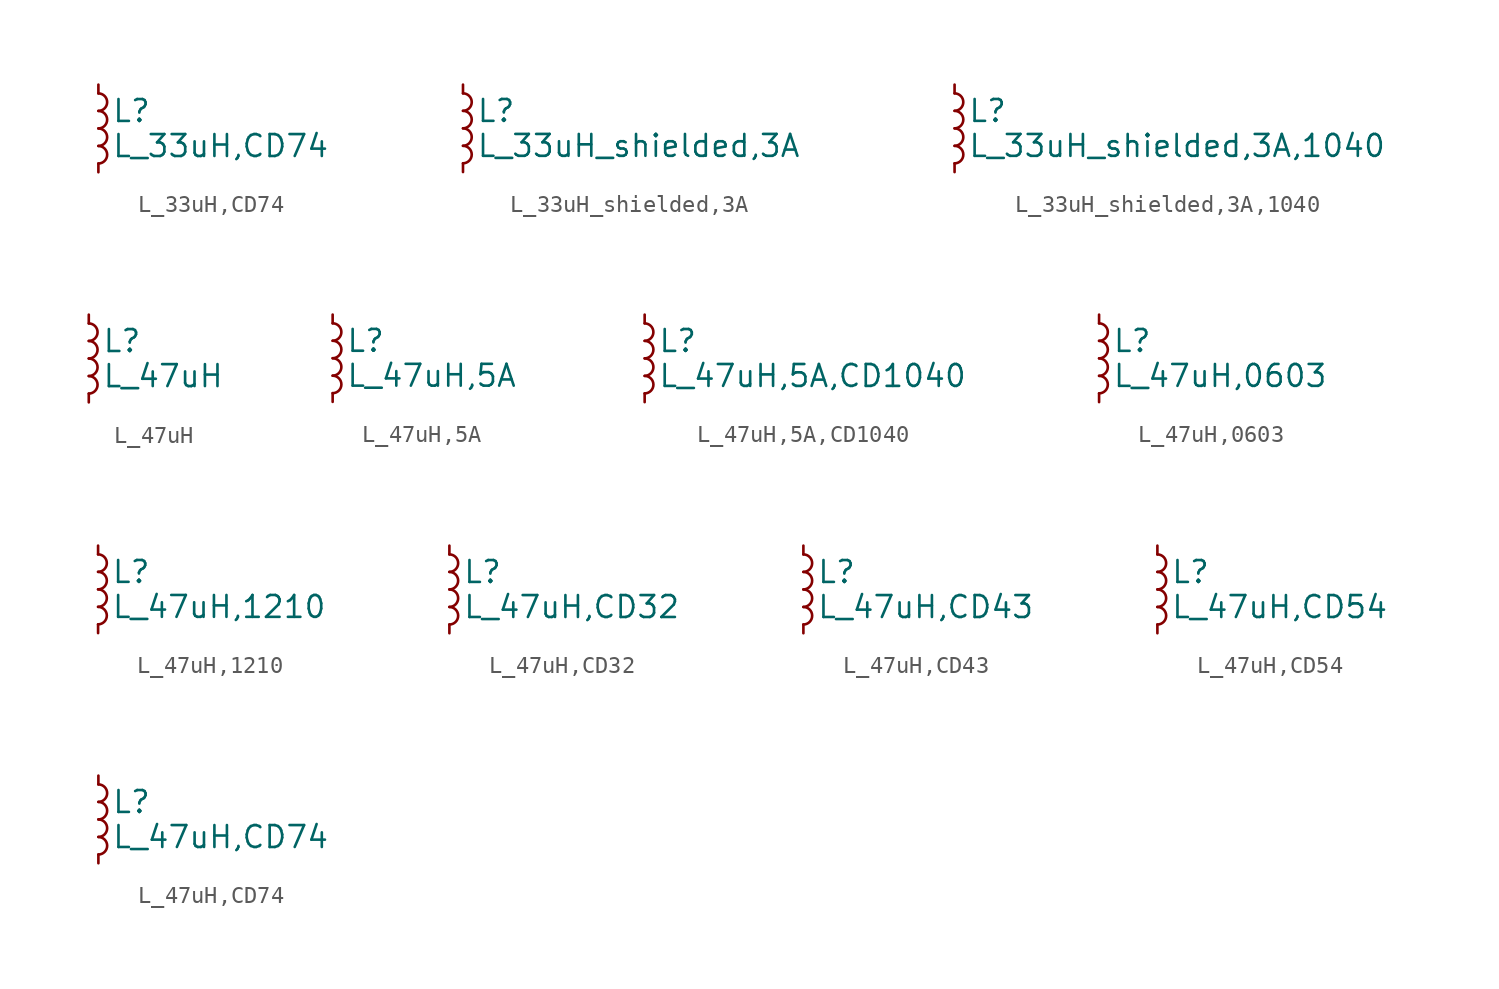
<source format=kicad_sym>
(kicad_symbol_lib
  (version 20211014)
  (generator kicad_symbol_editor)
  (symbol "L_33uH,CD74"
    (pin_numbers hide)
    (pin_names
      (offset 0.254) hide)
    (property "Reference" "L"
      (at 0.762 1.016 0)
      (effects (font (size 1.27 1.27)) (justify left)))
    (property "Value" "L_33uH,CD74"
      (at 0.762 -1.016 0)
      (effects (font (size 1.27 1.27)) (justify left)))
    (symbol "L_33uH,CD74_0_1"
      (arc (start 0 -2.032) (mid 0.508 -1.524) (end 0 -1.016) (stroke (width 0) (type default) (color 0 0 0 0)) (fill (type none)))
      (arc (start 0 -1.016) (mid 0.508 -0.508) (end 0 0) (stroke (width 0) (type default) (color 0 0 0 0)) (fill (type none)))
      (arc (start 0 0) (mid 0.508 0.508) (end 0 1.016) (stroke (width 0) (type default) (color 0 0 0 0)) (fill (type none)))
      (arc (start 0 1.016) (mid 0.508 1.524) (end 0 2.032) (stroke (width 0) (type default) (color 0 0 0 0)) (fill (type none))))
    (symbol "L_33uH,CD74_1_1"
      (pin passive line (at 0 2.54 270) (length 0.508) (name "~" (effects (font (size 1.27 1.27)))) (number "1" (effects (font (size 1.27 1.27)))))
      (pin passive line (at 0 -2.54 90) (length 0.508) (name "~" (effects (font (size 1.27 1.27)))) (number "2" (effects (font (size 1.27 1.27)))))))
  (symbol "L_33uH_shielded,3A"
    (pin_numbers hide)
    (pin_names
      (offset 0.254) hide)
    (property "Reference" "L"
      (at 0.762 1.016 0)
      (effects (font (size 1.27 1.27)) (justify left)))
    (property "Value" "L_33uH_shielded,3A"
      (at 0.762 -1.016 0)
      (effects (font (size 1.27 1.27)) (justify left)))
    (symbol "L_33uH_shielded,3A_0_1"
      (arc (start 0 -2.032) (mid 0.508 -1.524) (end 0 -1.016) (stroke (width 0) (type default) (color 0 0 0 0)) (fill (type none)))
      (arc (start 0 -1.016) (mid 0.508 -0.508) (end 0 0) (stroke (width 0) (type default) (color 0 0 0 0)) (fill (type none)))
      (arc (start 0 0) (mid 0.508 0.508) (end 0 1.016) (stroke (width 0) (type default) (color 0 0 0 0)) (fill (type none)))
      (arc (start 0 1.016) (mid 0.508 1.524) (end 0 2.032) (stroke (width 0) (type default) (color 0 0 0 0)) (fill (type none))))
    (symbol "L_33uH_shielded,3A_1_1"
      (pin passive line (at 0 2.54 270) (length 0.508) (name "~" (effects (font (size 1.27 1.27)))) (number "1" (effects (font (size 1.27 1.27)))))
      (pin passive line (at 0 -2.54 90) (length 0.508) (name "~" (effects (font (size 1.27 1.27)))) (number "2" (effects (font (size 1.27 1.27)))))))
  (symbol "L_33uH_shielded,3A,1040"
    (pin_numbers hide)
    (pin_names
      (offset 0.254) hide)
    (property "Reference" "L"
      (at 0.762 1.016 0)
      (effects (font (size 1.27 1.27)) (justify left)))
    (property "Value" "L_33uH_shielded,3A,1040"
      (at 0.762 -1.016 0)
      (effects (font (size 1.27 1.27)) (justify left)))
    (symbol "L_33uH_shielded,3A,1040_0_1"
      (arc (start 0 -2.032) (mid 0.508 -1.524) (end 0 -1.016) (stroke (width 0) (type default) (color 0 0 0 0)) (fill (type none)))
      (arc (start 0 -1.016) (mid 0.508 -0.508) (end 0 0) (stroke (width 0) (type default) (color 0 0 0 0)) (fill (type none)))
      (arc (start 0 0) (mid 0.508 0.508) (end 0 1.016) (stroke (width 0) (type default) (color 0 0 0 0)) (fill (type none)))
      (arc (start 0 1.016) (mid 0.508 1.524) (end 0 2.032) (stroke (width 0) (type default) (color 0 0 0 0)) (fill (type none))))
    (symbol "L_33uH_shielded,3A,1040_1_1"
      (pin passive line (at 0 2.54 270) (length 0.508) (name "~" (effects (font (size 1.27 1.27)))) (number "1" (effects (font (size 1.27 1.27)))))
      (pin passive line (at 0 -2.54 90) (length 0.508) (name "~" (effects (font (size 1.27 1.27)))) (number "2" (effects (font (size 1.27 1.27)))))))
  (symbol "L_47uH"
    (pin_numbers hide)
    (pin_names
      (offset 0.254) hide)
    (property "Reference" "L"
      (at 0.762 1.016 0)
      (effects (font (size 1.27 1.27)) (justify left)))
    (property "Value" "L_47uH"
      (at 0.762 -1.016 0)
      (effects (font (size 1.27 1.27)) (justify left)))
    (symbol "L_47uH_0_1"
      (arc (start 0 -2.032) (mid 0.508 -1.524) (end 0 -1.016) (stroke (width 0) (type default) (color 0 0 0 0)) (fill (type none)))
      (arc (start 0 -1.016) (mid 0.508 -0.508) (end 0 0) (stroke (width 0) (type default) (color 0 0 0 0)) (fill (type none)))
      (arc (start 0 0) (mid 0.508 0.508) (end 0 1.016) (stroke (width 0) (type default) (color 0 0 0 0)) (fill (type none)))
      (arc (start 0 1.016) (mid 0.508 1.524) (end 0 2.032) (stroke (width 0) (type default) (color 0 0 0 0)) (fill (type none))))
    (symbol "L_47uH_1_1"
      (pin passive line (at 0 2.54 270) (length 0.508) (name "~" (effects (font (size 1.27 1.27)))) (number "1" (effects (font (size 1.27 1.27)))))
      (pin passive line (at 0 -2.54 90) (length 0.508) (name "~" (effects (font (size 1.27 1.27)))) (number "2" (effects (font (size 1.27 1.27)))))))
  (symbol "L_47uH,5A"
    (pin_numbers hide)
    (pin_names
      (offset 0.254) hide)
    (property "Reference" "L"
      (at 0.762 1.016 0)
      (effects (font (size 1.27 1.27)) (justify left)))
    (property "Value" "L_47uH,5A"
      (at 0.762 -1.016 0)
      (effects (font (size 1.27 1.27)) (justify left)))
    (symbol "L_47uH,5A_0_1"
      (arc (start 0 -2.032) (mid 0.508 -1.524) (end 0 -1.016) (stroke (width 0) (type default) (color 0 0 0 0)) (fill (type none)))
      (arc (start 0 -1.016) (mid 0.508 -0.508) (end 0 0) (stroke (width 0) (type default) (color 0 0 0 0)) (fill (type none)))
      (arc (start 0 0) (mid 0.508 0.508) (end 0 1.016) (stroke (width 0) (type default) (color 0 0 0 0)) (fill (type none)))
      (arc (start 0 1.016) (mid 0.508 1.524) (end 0 2.032) (stroke (width 0) (type default) (color 0 0 0 0)) (fill (type none))))
    (symbol "L_47uH,5A_1_1"
      (pin passive line (at 0 2.54 270) (length 0.508) (name "~" (effects (font (size 1.27 1.27)))) (number "1" (effects (font (size 1.27 1.27)))))
      (pin passive line (at 0 -2.54 90) (length 0.508) (name "~" (effects (font (size 1.27 1.27)))) (number "2" (effects (font (size 1.27 1.27)))))))
  (symbol "L_47uH,5A,CD1040"
    (pin_numbers hide)
    (pin_names
      (offset 0.254) hide)
    (property "Reference" "L"
      (at 0.762 1.016 0)
      (effects (font (size 1.27 1.27)) (justify left)))
    (property "Value" "L_47uH,5A,CD1040"
      (at 0.762 -1.016 0)
      (effects (font (size 1.27 1.27)) (justify left)))
    (symbol "L_47uH,5A,CD1040_0_1"
      (arc (start 0 -2.032) (mid 0.508 -1.524) (end 0 -1.016) (stroke (width 0) (type default) (color 0 0 0 0)) (fill (type none)))
      (arc (start 0 -1.016) (mid 0.508 -0.508) (end 0 0) (stroke (width 0) (type default) (color 0 0 0 0)) (fill (type none)))
      (arc (start 0 0) (mid 0.508 0.508) (end 0 1.016) (stroke (width 0) (type default) (color 0 0 0 0)) (fill (type none)))
      (arc (start 0 1.016) (mid 0.508 1.524) (end 0 2.032) (stroke (width 0) (type default) (color 0 0 0 0)) (fill (type none))))
    (symbol "L_47uH,5A,CD1040_1_1"
      (pin passive line (at 0 2.54 270) (length 0.508) (name "~" (effects (font (size 1.27 1.27)))) (number "1" (effects (font (size 1.27 1.27)))))
      (pin passive line (at 0 -2.54 90) (length 0.508) (name "~" (effects (font (size 1.27 1.27)))) (number "2" (effects (font (size 1.27 1.27)))))))
  (symbol "L_47uH,0603"
    (pin_numbers hide)
    (pin_names
      (offset 0.254) hide)
    (property "Reference" "L"
      (at 0.762 1.016 0)
      (effects (font (size 1.27 1.27)) (justify left)))
    (property "Value" "L_47uH,0603"
      (at 0.762 -1.016 0)
      (effects (font (size 1.27 1.27)) (justify left)))
    (symbol "L_47uH,0603_0_1"
      (arc (start 0 -2.032) (mid 0.508 -1.524) (end 0 -1.016) (stroke (width 0) (type default) (color 0 0 0 0)) (fill (type none)))
      (arc (start 0 -1.016) (mid 0.508 -0.508) (end 0 0) (stroke (width 0) (type default) (color 0 0 0 0)) (fill (type none)))
      (arc (start 0 0) (mid 0.508 0.508) (end 0 1.016) (stroke (width 0) (type default) (color 0 0 0 0)) (fill (type none)))
      (arc (start 0 1.016) (mid 0.508 1.524) (end 0 2.032) (stroke (width 0) (type default) (color 0 0 0 0)) (fill (type none))))
    (symbol "L_47uH,0603_1_1"
      (pin passive line (at 0 2.54 270) (length 0.508) (name "~" (effects (font (size 1.27 1.27)))) (number "1" (effects (font (size 1.27 1.27)))))
      (pin passive line (at 0 -2.54 90) (length 0.508) (name "~" (effects (font (size 1.27 1.27)))) (number "2" (effects (font (size 1.27 1.27)))))))
  (symbol "L_47uH,1210"
    (pin_numbers hide)
    (pin_names
      (offset 0.254) hide)
    (property "Reference" "L"
      (at 0.762 1.016 0)
      (effects (font (size 1.27 1.27)) (justify left)))
    (property "Value" "L_47uH,1210"
      (at 0.762 -1.016 0)
      (effects (font (size 1.27 1.27)) (justify left)))
    (symbol "L_47uH,1210_0_1"
      (arc (start 0 -2.032) (mid 0.508 -1.524) (end 0 -1.016) (stroke (width 0) (type default) (color 0 0 0 0)) (fill (type none)))
      (arc (start 0 -1.016) (mid 0.508 -0.508) (end 0 0) (stroke (width 0) (type default) (color 0 0 0 0)) (fill (type none)))
      (arc (start 0 0) (mid 0.508 0.508) (end 0 1.016) (stroke (width 0) (type default) (color 0 0 0 0)) (fill (type none)))
      (arc (start 0 1.016) (mid 0.508 1.524) (end 0 2.032) (stroke (width 0) (type default) (color 0 0 0 0)) (fill (type none))))
    (symbol "L_47uH,1210_1_1"
      (pin passive line (at 0 2.54 270) (length 0.508) (name "~" (effects (font (size 1.27 1.27)))) (number "1" (effects (font (size 1.27 1.27)))))
      (pin passive line (at 0 -2.54 90) (length 0.508) (name "~" (effects (font (size 1.27 1.27)))) (number "2" (effects (font (size 1.27 1.27)))))))
  (symbol "L_47uH,CD32"
    (pin_numbers hide)
    (pin_names
      (offset 0.254) hide)
    (property "Reference" "L"
      (at 0.762 1.016 0)
      (effects (font (size 1.27 1.27)) (justify left)))
    (property "Value" "L_47uH,CD32"
      (at 0.762 -1.016 0)
      (effects (font (size 1.27 1.27)) (justify left)))
    (symbol "L_47uH,CD32_0_1"
      (arc (start 0 -2.032) (mid 0.508 -1.524) (end 0 -1.016) (stroke (width 0) (type default) (color 0 0 0 0)) (fill (type none)))
      (arc (start 0 -1.016) (mid 0.508 -0.508) (end 0 0) (stroke (width 0) (type default) (color 0 0 0 0)) (fill (type none)))
      (arc (start 0 0) (mid 0.508 0.508) (end 0 1.016) (stroke (width 0) (type default) (color 0 0 0 0)) (fill (type none)))
      (arc (start 0 1.016) (mid 0.508 1.524) (end 0 2.032) (stroke (width 0) (type default) (color 0 0 0 0)) (fill (type none))))
    (symbol "L_47uH,CD32_1_1"
      (pin passive line (at 0 2.54 270) (length 0.508) (name "~" (effects (font (size 1.27 1.27)))) (number "1" (effects (font (size 1.27 1.27)))))
      (pin passive line (at 0 -2.54 90) (length 0.508) (name "~" (effects (font (size 1.27 1.27)))) (number "2" (effects (font (size 1.27 1.27)))))))
  (symbol "L_47uH,CD43"
    (pin_numbers hide)
    (pin_names
      (offset 0.254) hide)
    (property "Reference" "L"
      (at 0.762 1.016 0)
      (effects (font (size 1.27 1.27)) (justify left)))
    (property "Value" "L_47uH,CD43"
      (at 0.762 -1.016 0)
      (effects (font (size 1.27 1.27)) (justify left)))
    (symbol "L_47uH,CD43_0_1"
      (arc (start 0 -2.032) (mid 0.508 -1.524) (end 0 -1.016) (stroke (width 0) (type default) (color 0 0 0 0)) (fill (type none)))
      (arc (start 0 -1.016) (mid 0.508 -0.508) (end 0 0) (stroke (width 0) (type default) (color 0 0 0 0)) (fill (type none)))
      (arc (start 0 0) (mid 0.508 0.508) (end 0 1.016) (stroke (width 0) (type default) (color 0 0 0 0)) (fill (type none)))
      (arc (start 0 1.016) (mid 0.508 1.524) (end 0 2.032) (stroke (width 0) (type default) (color 0 0 0 0)) (fill (type none))))
    (symbol "L_47uH,CD43_1_1"
      (pin passive line (at 0 2.54 270) (length 0.508) (name "~" (effects (font (size 1.27 1.27)))) (number "1" (effects (font (size 1.27 1.27)))))
      (pin passive line (at 0 -2.54 90) (length 0.508) (name "~" (effects (font (size 1.27 1.27)))) (number "2" (effects (font (size 1.27 1.27)))))))
  (symbol "L_47uH,CD54"
    (pin_numbers hide)
    (pin_names
      (offset 0.254) hide)
    (property "Reference" "L"
      (at 0.762 1.016 0)
      (effects (font (size 1.27 1.27)) (justify left)))
    (property "Value" "L_47uH,CD54"
      (at 0.762 -1.016 0)
      (effects (font (size 1.27 1.27)) (justify left)))
    (symbol "L_47uH,CD54_0_1"
      (arc (start 0 -2.032) (mid 0.508 -1.524) (end 0 -1.016) (stroke (width 0) (type default) (color 0 0 0 0)) (fill (type none)))
      (arc (start 0 -1.016) (mid 0.508 -0.508) (end 0 0) (stroke (width 0) (type default) (color 0 0 0 0)) (fill (type none)))
      (arc (start 0 0) (mid 0.508 0.508) (end 0 1.016) (stroke (width 0) (type default) (color 0 0 0 0)) (fill (type none)))
      (arc (start 0 1.016) (mid 0.508 1.524) (end 0 2.032) (stroke (width 0) (type default) (color 0 0 0 0)) (fill (type none))))
    (symbol "L_47uH,CD54_1_1"
      (pin passive line (at 0 2.54 270) (length 0.508) (name "~" (effects (font (size 1.27 1.27)))) (number "1" (effects (font (size 1.27 1.27)))))
      (pin passive line (at 0 -2.54 90) (length 0.508) (name "~" (effects (font (size 1.27 1.27)))) (number "2" (effects (font (size 1.27 1.27)))))))
  (symbol "L_47uH,CD74"
    (pin_numbers hide)
    (pin_names
      (offset 0.254) hide)
    (property "Reference" "L"
      (at 0.762 1.016 0)
      (effects (font (size 1.27 1.27)) (justify left)))
    (property "Value" "L_47uH,CD74"
      (at 0.762 -1.016 0)
      (effects (font (size 1.27 1.27)) (justify left)))
    (symbol "L_47uH,CD74_0_1"
      (arc (start 0 -2.032) (mid 0.508 -1.524) (end 0 -1.016) (stroke (width 0) (type default) (color 0 0 0 0)) (fill (type none)))
      (arc (start 0 -1.016) (mid 0.508 -0.508) (end 0 0) (stroke (width 0) (type default) (color 0 0 0 0)) (fill (type none)))
      (arc (start 0 0) (mid 0.508 0.508) (end 0 1.016) (stroke (width 0) (type default) (color 0 0 0 0)) (fill (type none)))
      (arc (start 0 1.016) (mid 0.508 1.524) (end 0 2.032) (stroke (width 0) (type default) (color 0 0 0 0)) (fill (type none))))
    (symbol "L_47uH,CD74_1_1"
      (pin passive line (at 0 2.54 270) (length 0.508) (name "~" (effects (font (size 1.27 1.27)))) (number "1" (effects (font (size 1.27 1.27)))))
      (pin passive line (at 0 -2.54 90) (length 0.508) (name "~" (effects (font (size 1.27 1.27)))) (number "2" (effects (font (size 1.27 1.27))))))))
</source>
